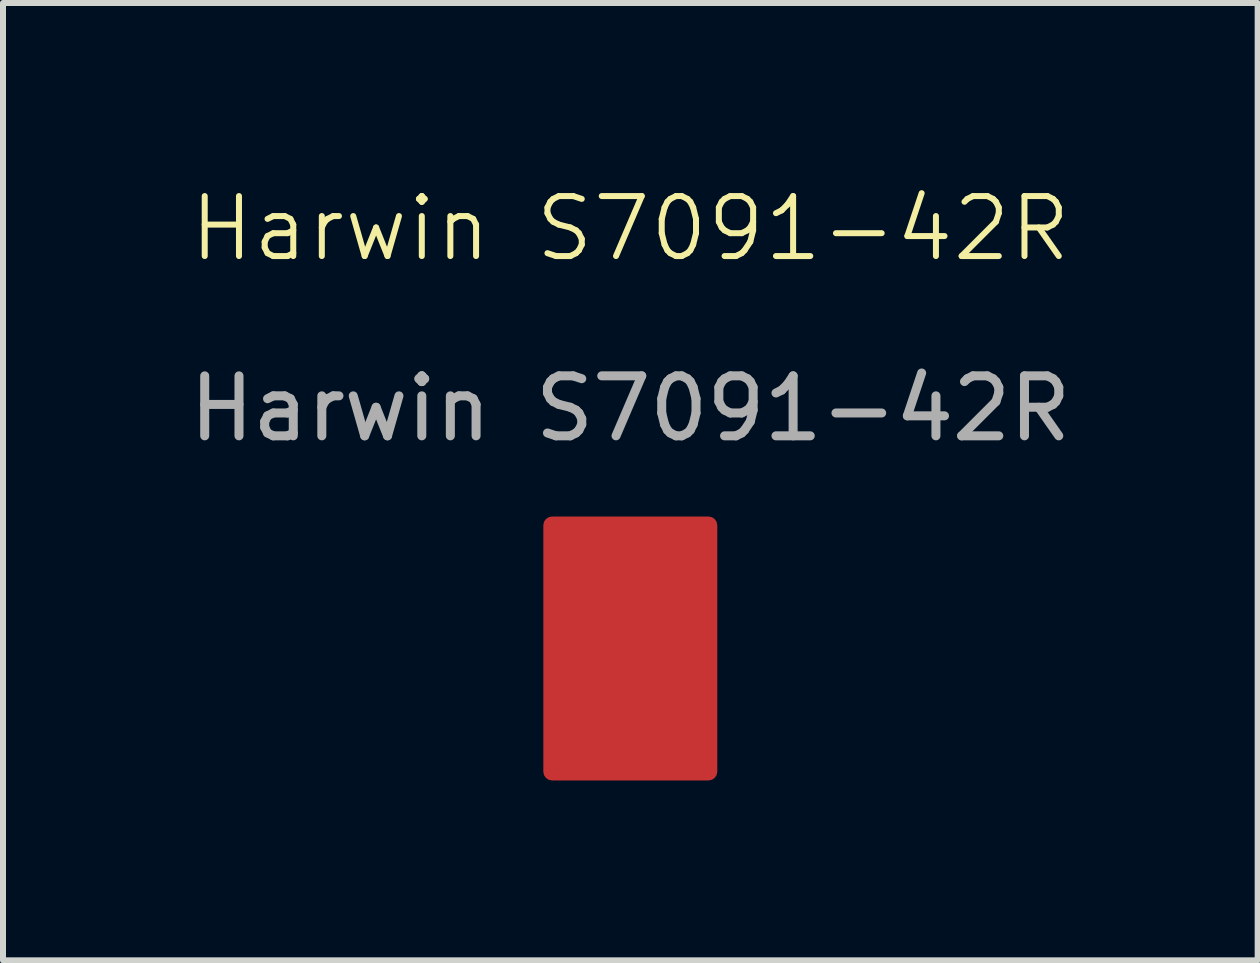
<source format=kicad_pcb>
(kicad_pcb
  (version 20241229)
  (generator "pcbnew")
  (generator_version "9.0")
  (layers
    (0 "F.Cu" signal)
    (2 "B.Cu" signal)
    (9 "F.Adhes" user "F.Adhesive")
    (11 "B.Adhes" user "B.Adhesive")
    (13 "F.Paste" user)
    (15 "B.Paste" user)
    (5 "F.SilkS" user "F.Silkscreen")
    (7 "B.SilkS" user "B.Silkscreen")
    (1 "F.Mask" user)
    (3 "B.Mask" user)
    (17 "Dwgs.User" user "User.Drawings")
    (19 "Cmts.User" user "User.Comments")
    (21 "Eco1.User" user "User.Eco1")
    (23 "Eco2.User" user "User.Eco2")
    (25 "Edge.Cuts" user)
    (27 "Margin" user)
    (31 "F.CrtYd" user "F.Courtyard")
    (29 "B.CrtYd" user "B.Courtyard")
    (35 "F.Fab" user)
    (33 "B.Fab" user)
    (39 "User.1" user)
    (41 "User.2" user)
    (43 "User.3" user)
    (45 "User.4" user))
  (footprint "Harwin S7091-42R"
    (layer "F.Cu")
    (at 7.458 7.761)
    (property "Reference" "Harwin S7091-42R" (at 0 -7 0) (unlocked yes) (layer "F.SilkS") (effects (font (size 1 1) (thickness 0.1))))
    (attr smd)
    (fp_text user "${REFERENCE}" (at 0 -4 0) (unlocked yes) (layer "F.Fab") (effects (font (size 1 1) (thickness 0.15))))
    (pad "1" smd roundrect (at 0 0) (size 2.9 4.4) (layers "F.Cu" "F.Mask" "F.Paste") (roundrect_rratio 0.05)))
  (gr_rect
    (start -3 -3)
    (end 17.917 12.96)
    (stroke (width 0.1) (type default))
    (fill no)
    (layer "Edge.Cuts")))
</source>
